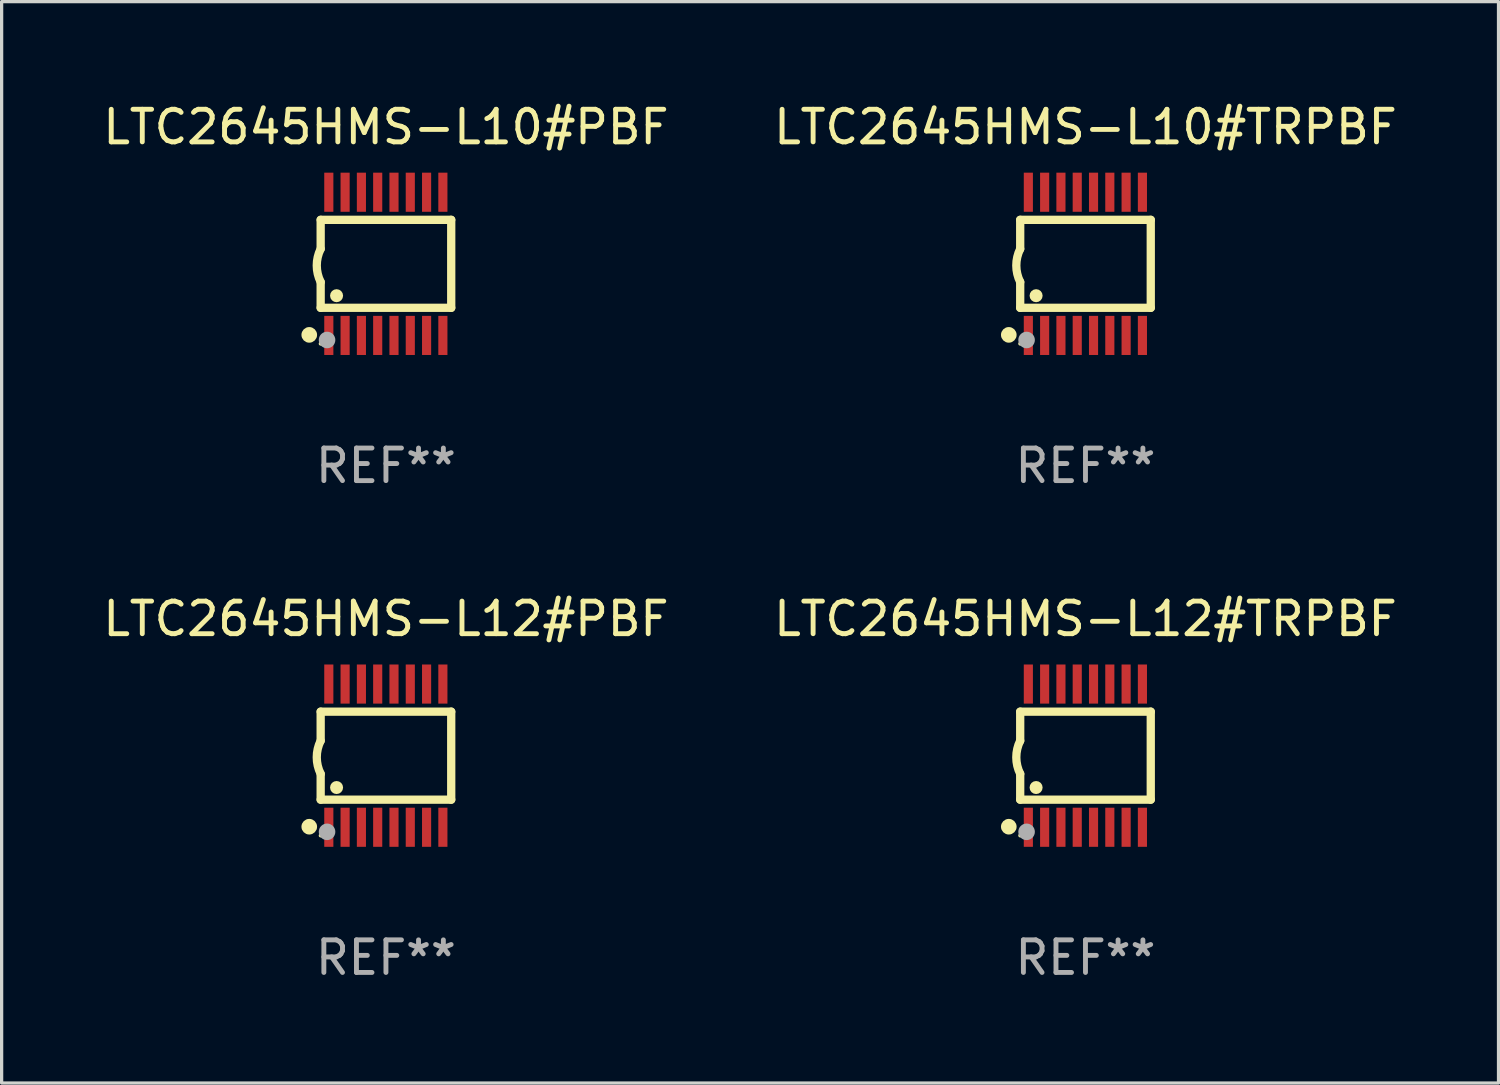
<source format=kicad_pcb>
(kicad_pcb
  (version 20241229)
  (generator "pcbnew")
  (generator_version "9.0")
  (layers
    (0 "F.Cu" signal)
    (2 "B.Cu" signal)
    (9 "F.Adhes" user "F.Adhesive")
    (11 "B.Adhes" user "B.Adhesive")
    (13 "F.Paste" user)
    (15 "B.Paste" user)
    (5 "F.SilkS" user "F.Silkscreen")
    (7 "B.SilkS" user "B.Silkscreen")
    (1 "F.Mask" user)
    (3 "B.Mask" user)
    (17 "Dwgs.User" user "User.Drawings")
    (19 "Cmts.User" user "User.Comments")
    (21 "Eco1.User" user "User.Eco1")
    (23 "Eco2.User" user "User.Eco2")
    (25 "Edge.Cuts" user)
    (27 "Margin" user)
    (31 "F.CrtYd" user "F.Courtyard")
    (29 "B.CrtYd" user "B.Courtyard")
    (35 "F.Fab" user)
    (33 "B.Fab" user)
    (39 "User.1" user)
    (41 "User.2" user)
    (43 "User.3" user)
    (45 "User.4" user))
  (footprint "LTC2645HMS-L12#TRPBF"
    (layer "F.Cu")
    (at 30.256 20.136)
    (property "Reference" "LTC2645HMS-L12#TRPBF" (at 0 -4.197 0) (layer "F.SilkS") (effects (font (size 1 1) (thickness 0.15))))
    (attr through_hole)
    (fp_line (start -2.003 -1.35) (end -2.003 -0.457) (stroke (width 0.254) (type solid)) (layer "F.SilkS"))
    (fp_line (start -2.003 -1.35) (end 2.003 -1.35) (stroke (width 0.254) (type solid)) (layer "F.SilkS"))
    (fp_line (start -2.003 1.35) (end -2.003 0.559) (stroke (width 0.254) (type solid)) (layer "F.SilkS"))
    (fp_line (start -2.003 1.35) (end 2.003 1.35) (stroke (width 0.254) (type solid)) (layer "F.SilkS"))
    (fp_line (start 2.003 -1.35) (end 2.003 1.35) (stroke (width 0.254) (type solid)) (layer "F.SilkS"))
    (fp_arc (start -2.002286 0.558802) (mid -2.122556 0.05092) (end -2.003302 -0.457201) (stroke (width 0.254001) (type solid)) (layer "F.SilkS"))
    (fp_circle (center -2.353 2.18) (end -2.233 2.18) (stroke (width 0.24) (type solid)) (fill no) (layer "F.SilkS"))
    (fp_circle (center -2.003 2.45) (end -1.973 2.45) (stroke (width 0.06) (type solid)) (fill no) (layer "F.SilkS"))
    (fp_circle (center -1.515 0.978) (end -1.415 0.978) (stroke (width 0.2) (type solid)) (fill no) (layer "F.SilkS"))
    (fp_circle (center -1.807 2.337) (end -1.68 2.337) (stroke (width 0.254) (type solid)) (fill no) (layer "F.Fab"))
    (fp_text user "REF**" (at 0 6.197 0) (layer "F.Fab") (effects (font (size 1 1) (thickness 0.15))))
    (pad "1" smd rect (at -1.753 2.197 90) (size 1.2 0.28) (layers "F.Cu" "F.Mask" "F.Paste"))
    (pad "2" smd rect (at -1.253 2.197 90) (size 1.2 0.28) (layers "F.Cu" "F.Mask" "F.Paste"))
    (pad "3" smd rect (at -0.753 2.197 90) (size 1.2 0.28) (layers "F.Cu" "F.Mask" "F.Paste"))
    (pad "4" smd rect (at -0.253 2.197 90) (size 1.2 0.28) (layers "F.Cu" "F.Mask" "F.Paste"))
    (pad "5" smd rect (at 0.247 2.197 90) (size 1.2 0.28) (layers "F.Cu" "F.Mask" "F.Paste"))
    (pad "6" smd rect (at 0.747 2.197 90) (size 1.2 0.28) (layers "F.Cu" "F.Mask" "F.Paste"))
    (pad "7" smd rect (at 1.247 2.197 90) (size 1.2 0.28) (layers "F.Cu" "F.Mask" "F.Paste"))
    (pad "8" smd rect (at 1.747 2.197 90) (size 1.2 0.28) (layers "F.Cu" "F.Mask" "F.Paste"))
    (pad "9" smd rect (at 1.747 -2.197 90) (size 1.2 0.28) (layers "F.Cu" "F.Mask" "F.Paste"))
    (pad "10" smd rect (at 1.247 -2.197 90) (size 1.2 0.28) (layers "F.Cu" "F.Mask" "F.Paste"))
    (pad "11" smd rect (at 0.747 -2.197 90) (size 1.2 0.28) (layers "F.Cu" "F.Mask" "F.Paste"))
    (pad "12" smd rect (at 0.247 -2.197 90) (size 1.2 0.28) (layers "F.Cu" "F.Mask" "F.Paste"))
    (pad "13" smd rect (at -0.253 -2.197 90) (size 1.2 0.28) (layers "F.Cu" "F.Mask" "F.Paste"))
    (pad "14" smd rect (at -0.753 -2.197 90) (size 1.2 0.28) (layers "F.Cu" "F.Mask" "F.Paste"))
    (pad "15" smd rect (at -1.253 -2.197 90) (size 1.2 0.28) (layers "F.Cu" "F.Mask" "F.Paste"))
    (pad "16" smd rect (at -1.753 -2.197 90) (size 1.2 0.28) (layers "F.Cu" "F.Mask" "F.Paste")))
  (footprint "LTC2645HMS-L10#PBF"
    (layer "F.Cu")
    (at 8.792 5.045)
    (property "Reference" "LTC2645HMS-L10#PBF" (at 0 -4.197 0) (layer "F.SilkS") (effects (font (size 1 1) (thickness 0.15))))
    (attr through_hole)
    (fp_line (start -2.003 -1.35) (end -2.003 -0.457) (stroke (width 0.254) (type solid)) (layer "F.SilkS"))
    (fp_line (start -2.003 -1.35) (end 2.003 -1.35) (stroke (width 0.254) (type solid)) (layer "F.SilkS"))
    (fp_line (start -2.003 1.35) (end -2.003 0.559) (stroke (width 0.254) (type solid)) (layer "F.SilkS"))
    (fp_line (start -2.003 1.35) (end 2.003 1.35) (stroke (width 0.254) (type solid)) (layer "F.SilkS"))
    (fp_line (start 2.003 -1.35) (end 2.003 1.35) (stroke (width 0.254) (type solid)) (layer "F.SilkS"))
    (fp_arc (start -2.002286 0.558802) (mid -2.122556 0.05092) (end -2.003302 -0.457201) (stroke (width 0.254001) (type solid)) (layer "F.SilkS"))
    (fp_circle (center -2.353 2.18) (end -2.233 2.18) (stroke (width 0.24) (type solid)) (fill no) (layer "F.SilkS"))
    (fp_circle (center -2.003 2.45) (end -1.973 2.45) (stroke (width 0.06) (type solid)) (fill no) (layer "F.SilkS"))
    (fp_circle (center -1.515 0.978) (end -1.415 0.978) (stroke (width 0.2) (type solid)) (fill no) (layer "F.SilkS"))
    (fp_circle (center -1.807 2.337) (end -1.68 2.337) (stroke (width 0.254) (type solid)) (fill no) (layer "F.Fab"))
    (fp_text user "REF**" (at 0 6.197 0) (layer "F.Fab") (effects (font (size 1 1) (thickness 0.15))))
    (pad "1" smd rect (at -1.753 2.197 90) (size 1.2 0.28) (layers "F.Cu" "F.Mask" "F.Paste"))
    (pad "2" smd rect (at -1.253 2.197 90) (size 1.2 0.28) (layers "F.Cu" "F.Mask" "F.Paste"))
    (pad "3" smd rect (at -0.753 2.197 90) (size 1.2 0.28) (layers "F.Cu" "F.Mask" "F.Paste"))
    (pad "4" smd rect (at -0.253 2.197 90) (size 1.2 0.28) (layers "F.Cu" "F.Mask" "F.Paste"))
    (pad "5" smd rect (at 0.247 2.197 90) (size 1.2 0.28) (layers "F.Cu" "F.Mask" "F.Paste"))
    (pad "6" smd rect (at 0.747 2.197 90) (size 1.2 0.28) (layers "F.Cu" "F.Mask" "F.Paste"))
    (pad "7" smd rect (at 1.247 2.197 90) (size 1.2 0.28) (layers "F.Cu" "F.Mask" "F.Paste"))
    (pad "8" smd rect (at 1.747 2.197 90) (size 1.2 0.28) (layers "F.Cu" "F.Mask" "F.Paste"))
    (pad "9" smd rect (at 1.747 -2.197 90) (size 1.2 0.28) (layers "F.Cu" "F.Mask" "F.Paste"))
    (pad "10" smd rect (at 1.247 -2.197 90) (size 1.2 0.28) (layers "F.Cu" "F.Mask" "F.Paste"))
    (pad "11" smd rect (at 0.747 -2.197 90) (size 1.2 0.28) (layers "F.Cu" "F.Mask" "F.Paste"))
    (pad "12" smd rect (at 0.247 -2.197 90) (size 1.2 0.28) (layers "F.Cu" "F.Mask" "F.Paste"))
    (pad "13" smd rect (at -0.253 -2.197 90) (size 1.2 0.28) (layers "F.Cu" "F.Mask" "F.Paste"))
    (pad "14" smd rect (at -0.753 -2.197 90) (size 1.2 0.28) (layers "F.Cu" "F.Mask" "F.Paste"))
    (pad "15" smd rect (at -1.253 -2.197 90) (size 1.2 0.28) (layers "F.Cu" "F.Mask" "F.Paste"))
    (pad "16" smd rect (at -1.753 -2.197 90) (size 1.2 0.28) (layers "F.Cu" "F.Mask" "F.Paste")))
  (footprint "LTC2645HMS-L12#PBF"
    (layer "F.Cu")
    (at 8.792 20.136)
    (property "Reference" "LTC2645HMS-L12#PBF" (at 0 -4.197 0) (layer "F.SilkS") (effects (font (size 1 1) (thickness 0.15))))
    (attr through_hole)
    (fp_line (start -2.003 -1.35) (end -2.003 -0.457) (stroke (width 0.254) (type solid)) (layer "F.SilkS"))
    (fp_line (start -2.003 -1.35) (end 2.003 -1.35) (stroke (width 0.254) (type solid)) (layer "F.SilkS"))
    (fp_line (start -2.003 1.35) (end -2.003 0.559) (stroke (width 0.254) (type solid)) (layer "F.SilkS"))
    (fp_line (start -2.003 1.35) (end 2.003 1.35) (stroke (width 0.254) (type solid)) (layer "F.SilkS"))
    (fp_line (start 2.003 -1.35) (end 2.003 1.35) (stroke (width 0.254) (type solid)) (layer "F.SilkS"))
    (fp_arc (start -2.002286 0.558802) (mid -2.122556 0.05092) (end -2.003302 -0.457201) (stroke (width 0.254001) (type solid)) (layer "F.SilkS"))
    (fp_circle (center -2.353 2.18) (end -2.233 2.18) (stroke (width 0.24) (type solid)) (fill no) (layer "F.SilkS"))
    (fp_circle (center -2.003 2.45) (end -1.973 2.45) (stroke (width 0.06) (type solid)) (fill no) (layer "F.SilkS"))
    (fp_circle (center -1.515 0.978) (end -1.415 0.978) (stroke (width 0.2) (type solid)) (fill no) (layer "F.SilkS"))
    (fp_circle (center -1.807 2.337) (end -1.68 2.337) (stroke (width 0.254) (type solid)) (fill no) (layer "F.Fab"))
    (fp_text user "REF**" (at 0 6.197 0) (layer "F.Fab") (effects (font (size 1 1) (thickness 0.15))))
    (pad "1" smd rect (at -1.753 2.197 90) (size 1.2 0.28) (layers "F.Cu" "F.Mask" "F.Paste"))
    (pad "2" smd rect (at -1.253 2.197 90) (size 1.2 0.28) (layers "F.Cu" "F.Mask" "F.Paste"))
    (pad "3" smd rect (at -0.753 2.197 90) (size 1.2 0.28) (layers "F.Cu" "F.Mask" "F.Paste"))
    (pad "4" smd rect (at -0.253 2.197 90) (size 1.2 0.28) (layers "F.Cu" "F.Mask" "F.Paste"))
    (pad "5" smd rect (at 0.247 2.197 90) (size 1.2 0.28) (layers "F.Cu" "F.Mask" "F.Paste"))
    (pad "6" smd rect (at 0.747 2.197 90) (size 1.2 0.28) (layers "F.Cu" "F.Mask" "F.Paste"))
    (pad "7" smd rect (at 1.247 2.197 90) (size 1.2 0.28) (layers "F.Cu" "F.Mask" "F.Paste"))
    (pad "8" smd rect (at 1.747 2.197 90) (size 1.2 0.28) (layers "F.Cu" "F.Mask" "F.Paste"))
    (pad "9" smd rect (at 1.747 -2.197 90) (size 1.2 0.28) (layers "F.Cu" "F.Mask" "F.Paste"))
    (pad "10" smd rect (at 1.247 -2.197 90) (size 1.2 0.28) (layers "F.Cu" "F.Mask" "F.Paste"))
    (pad "11" smd rect (at 0.747 -2.197 90) (size 1.2 0.28) (layers "F.Cu" "F.Mask" "F.Paste"))
    (pad "12" smd rect (at 0.247 -2.197 90) (size 1.2 0.28) (layers "F.Cu" "F.Mask" "F.Paste"))
    (pad "13" smd rect (at -0.253 -2.197 90) (size 1.2 0.28) (layers "F.Cu" "F.Mask" "F.Paste"))
    (pad "14" smd rect (at -0.753 -2.197 90) (size 1.2 0.28) (layers "F.Cu" "F.Mask" "F.Paste"))
    (pad "15" smd rect (at -1.253 -2.197 90) (size 1.2 0.28) (layers "F.Cu" "F.Mask" "F.Paste"))
    (pad "16" smd rect (at -1.753 -2.197 90) (size 1.2 0.28) (layers "F.Cu" "F.Mask" "F.Paste")))
  (footprint "LTC2645HMS-L10#TRPBF"
    (layer "F.Cu")
    (at 30.256 5.045)
    (property "Reference" "LTC2645HMS-L10#TRPBF" (at 0 -4.197 0) (layer "F.SilkS") (effects (font (size 1 1) (thickness 0.15))))
    (attr through_hole)
    (fp_line (start -2.003 -1.35) (end -2.003 -0.457) (stroke (width 0.254) (type solid)) (layer "F.SilkS"))
    (fp_line (start -2.003 -1.35) (end 2.003 -1.35) (stroke (width 0.254) (type solid)) (layer "F.SilkS"))
    (fp_line (start -2.003 1.35) (end -2.003 0.559) (stroke (width 0.254) (type solid)) (layer "F.SilkS"))
    (fp_line (start -2.003 1.35) (end 2.003 1.35) (stroke (width 0.254) (type solid)) (layer "F.SilkS"))
    (fp_line (start 2.003 -1.35) (end 2.003 1.35) (stroke (width 0.254) (type solid)) (layer "F.SilkS"))
    (fp_arc (start -2.002286 0.558802) (mid -2.122556 0.05092) (end -2.003302 -0.457201) (stroke (width 0.254001) (type solid)) (layer "F.SilkS"))
    (fp_circle (center -2.353 2.18) (end -2.233 2.18) (stroke (width 0.24) (type solid)) (fill no) (layer "F.SilkS"))
    (fp_circle (center -2.003 2.45) (end -1.973 2.45) (stroke (width 0.06) (type solid)) (fill no) (layer "F.SilkS"))
    (fp_circle (center -1.515 0.978) (end -1.415 0.978) (stroke (width 0.2) (type solid)) (fill no) (layer "F.SilkS"))
    (fp_circle (center -1.807 2.337) (end -1.68 2.337) (stroke (width 0.254) (type solid)) (fill no) (layer "F.Fab"))
    (fp_text user "REF**" (at 0 6.197 0) (layer "F.Fab") (effects (font (size 1 1) (thickness 0.15))))
    (pad "1" smd rect (at -1.753 2.197 90) (size 1.2 0.28) (layers "F.Cu" "F.Mask" "F.Paste"))
    (pad "2" smd rect (at -1.253 2.197 90) (size 1.2 0.28) (layers "F.Cu" "F.Mask" "F.Paste"))
    (pad "3" smd rect (at -0.753 2.197 90) (size 1.2 0.28) (layers "F.Cu" "F.Mask" "F.Paste"))
    (pad "4" smd rect (at -0.253 2.197 90) (size 1.2 0.28) (layers "F.Cu" "F.Mask" "F.Paste"))
    (pad "5" smd rect (at 0.247 2.197 90) (size 1.2 0.28) (layers "F.Cu" "F.Mask" "F.Paste"))
    (pad "6" smd rect (at 0.747 2.197 90) (size 1.2 0.28) (layers "F.Cu" "F.Mask" "F.Paste"))
    (pad "7" smd rect (at 1.247 2.197 90) (size 1.2 0.28) (layers "F.Cu" "F.Mask" "F.Paste"))
    (pad "8" smd rect (at 1.747 2.197 90) (size 1.2 0.28) (layers "F.Cu" "F.Mask" "F.Paste"))
    (pad "9" smd rect (at 1.747 -2.197 90) (size 1.2 0.28) (layers "F.Cu" "F.Mask" "F.Paste"))
    (pad "10" smd rect (at 1.247 -2.197 90) (size 1.2 0.28) (layers "F.Cu" "F.Mask" "F.Paste"))
    (pad "11" smd rect (at 0.747 -2.197 90) (size 1.2 0.28) (layers "F.Cu" "F.Mask" "F.Paste"))
    (pad "12" smd rect (at 0.247 -2.197 90) (size 1.2 0.28) (layers "F.Cu" "F.Mask" "F.Paste"))
    (pad "13" smd rect (at -0.253 -2.197 90) (size 1.2 0.28) (layers "F.Cu" "F.Mask" "F.Paste"))
    (pad "14" smd rect (at -0.753 -2.197 90) (size 1.2 0.28) (layers "F.Cu" "F.Mask" "F.Paste"))
    (pad "15" smd rect (at -1.253 -2.197 90) (size 1.2 0.28) (layers "F.Cu" "F.Mask" "F.Paste"))
    (pad "16" smd rect (at -1.753 -2.197 90) (size 1.2 0.28) (layers "F.Cu" "F.Mask" "F.Paste")))
  (gr_rect
    (start -3 -3)
    (end 42.929 30.181)
    (stroke (width 0.1) (type default))
    (fill no)
    (layer "Edge.Cuts")))
</source>
